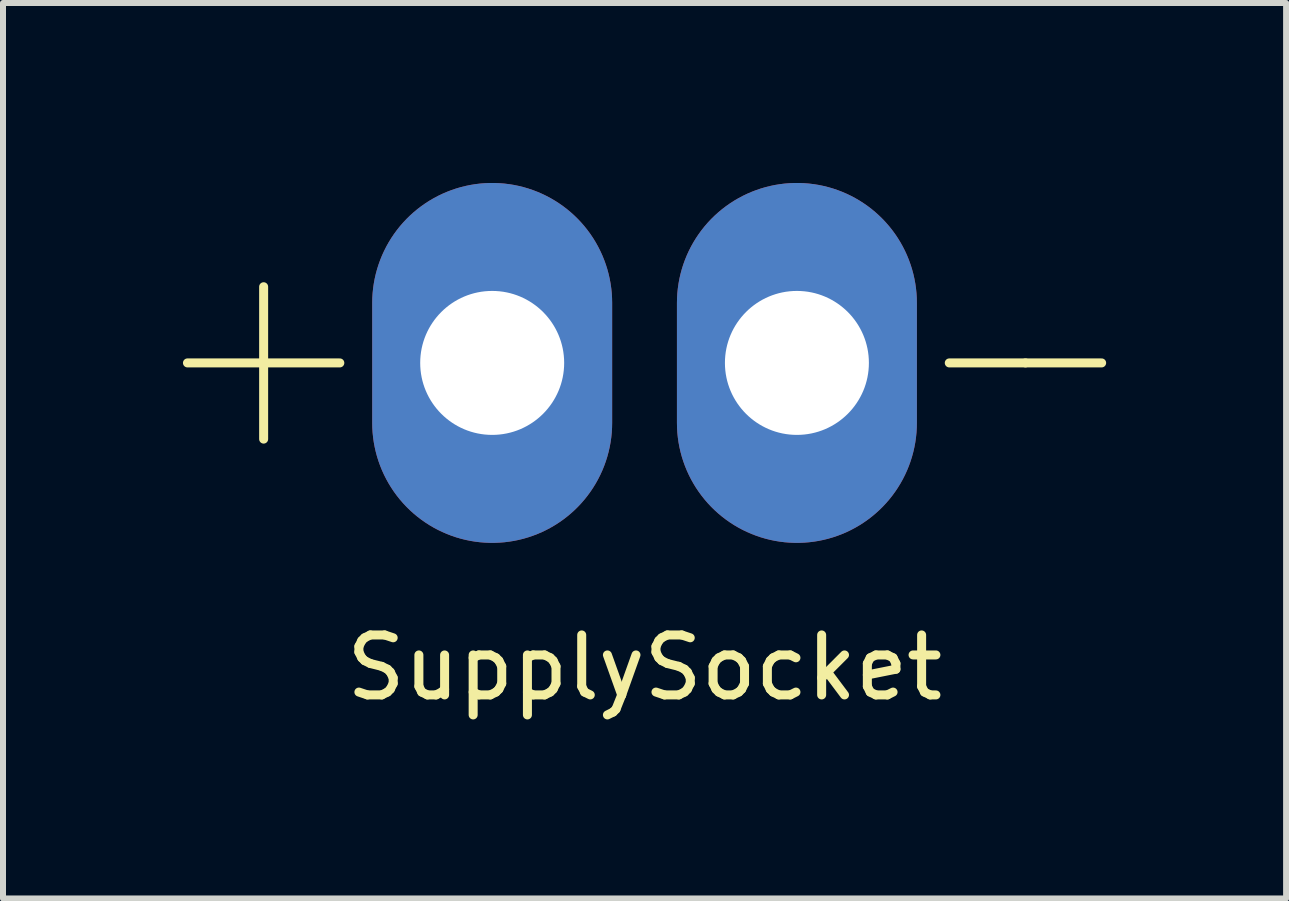
<source format=kicad_pcb>
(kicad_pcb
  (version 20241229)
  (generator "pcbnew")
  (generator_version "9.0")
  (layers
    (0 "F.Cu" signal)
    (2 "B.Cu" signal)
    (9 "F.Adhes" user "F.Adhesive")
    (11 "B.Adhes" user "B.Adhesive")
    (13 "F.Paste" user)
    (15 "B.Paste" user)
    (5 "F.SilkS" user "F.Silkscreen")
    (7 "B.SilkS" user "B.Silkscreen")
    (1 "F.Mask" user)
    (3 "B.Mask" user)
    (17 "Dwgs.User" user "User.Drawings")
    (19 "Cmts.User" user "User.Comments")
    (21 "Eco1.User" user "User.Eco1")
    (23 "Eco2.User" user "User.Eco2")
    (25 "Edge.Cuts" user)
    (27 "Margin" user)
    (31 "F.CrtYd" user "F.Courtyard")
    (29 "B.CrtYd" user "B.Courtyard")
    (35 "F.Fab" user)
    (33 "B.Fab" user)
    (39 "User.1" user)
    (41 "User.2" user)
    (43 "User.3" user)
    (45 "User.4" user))
  (footprint "SupplySocket"
    (layer "F.Cu")
    (at 7.695 3)
    (property "Reference" "SupplySocket" (at 0 5.08 0) (layer "F.SilkS") (effects (font (size 1 1) (thickness 0.15))))
    (attr through_hole)
    (fp_line (start -7.62 0) (end -5.08 0) (stroke (width 0.15) (type solid)) (layer "F.SilkS"))
    (fp_line (start -6.35 -1.27) (end -6.35 1.27) (stroke (width 0.15) (type solid)) (layer "F.SilkS"))
    (fp_line (start 5.08 0) (end 6.35 0) (stroke (width 0.15) (type solid)) (layer "F.SilkS"))
    (fp_line (start 6.35 0) (end 7.62 0) (stroke (width 0.15) (type solid)) (layer "F.SilkS"))
    (pad "1" thru_hole oval (at -2.54 0) (size 4 6) (drill 2.4) (layers "*.Cu" "*.Mask"))
    (pad "2" thru_hole oval (at 2.54 0) (size 4 6) (drill 2.4) (layers "*.Cu" "*.Mask")))
  (gr_rect
    (start -3 -3)
    (end 18.39 11.928)
    (stroke (width 0.1) (type default))
    (fill no)
    (layer "Edge.Cuts")))
</source>
